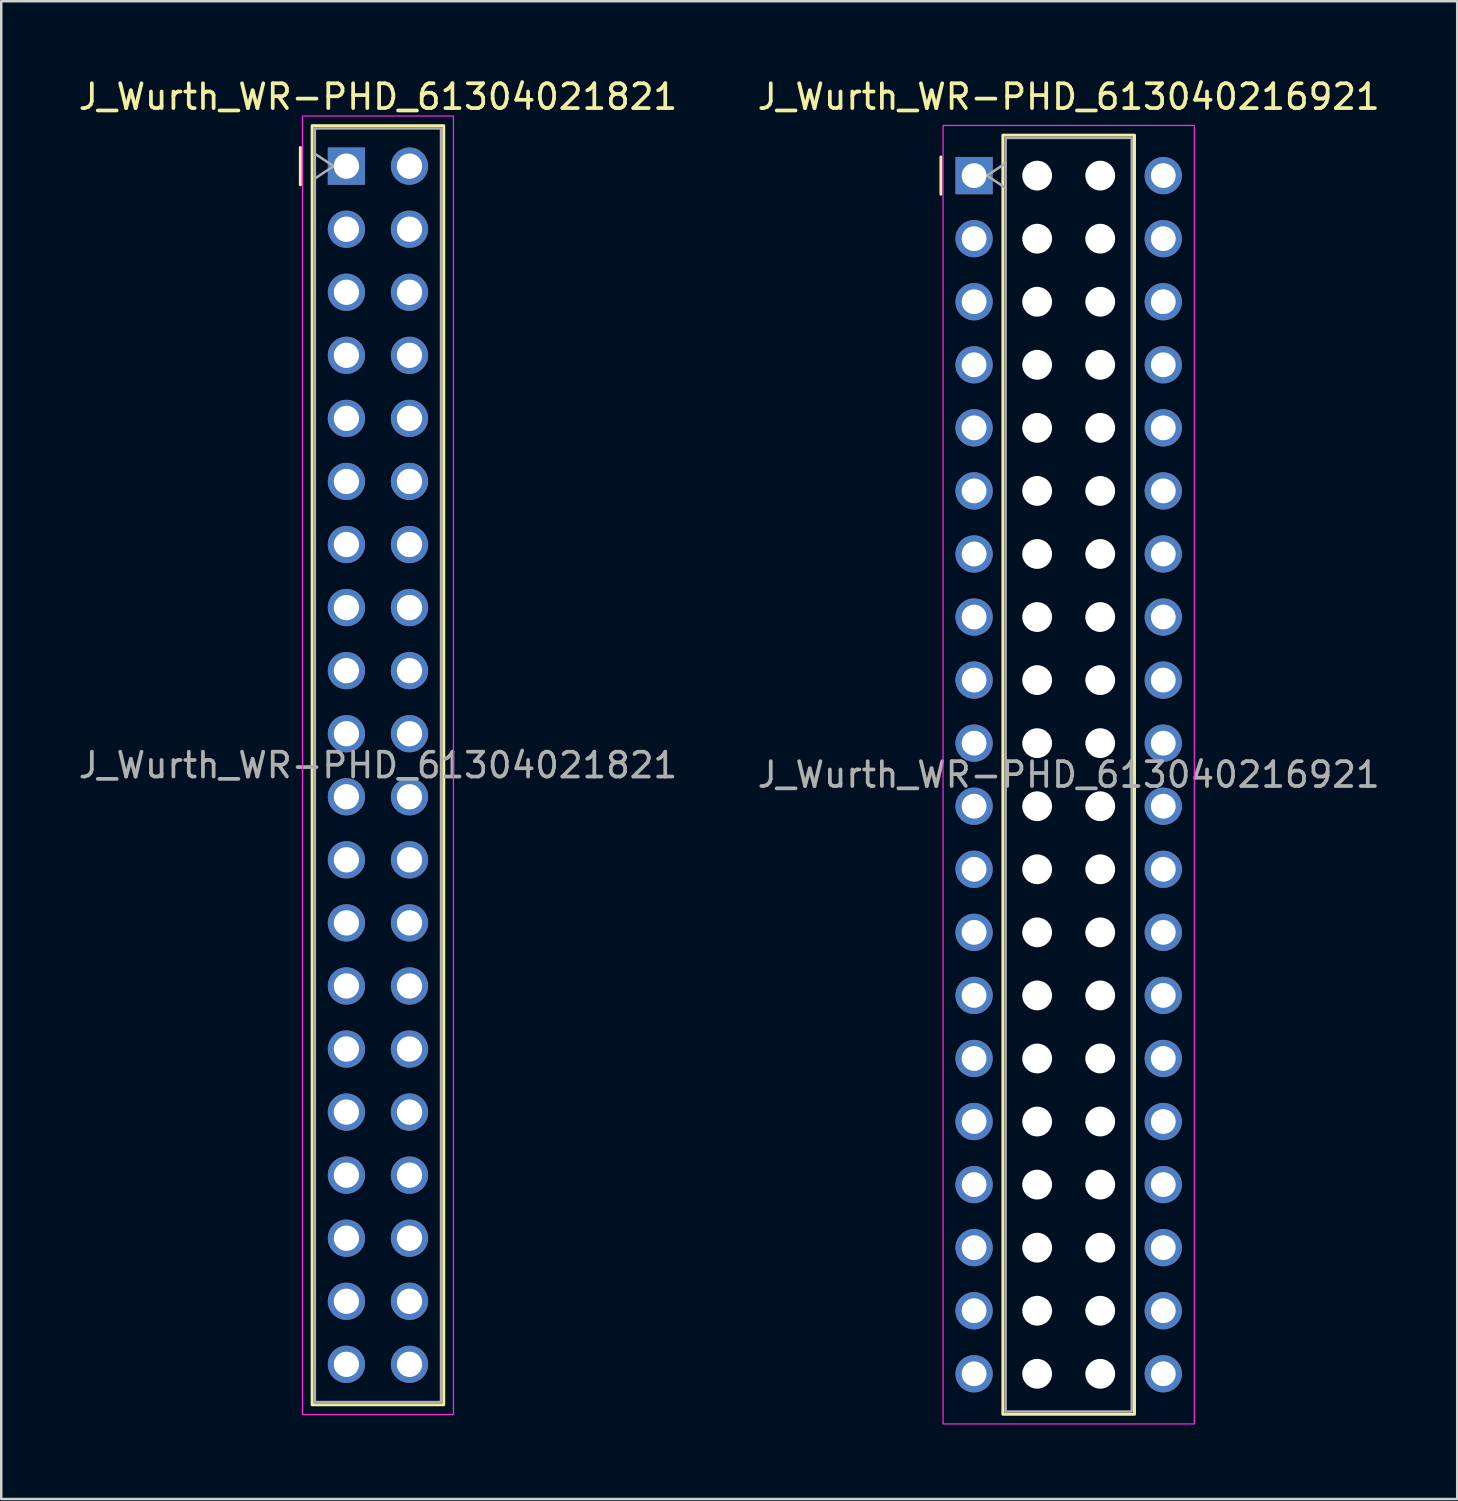
<source format=kicad_pcb>
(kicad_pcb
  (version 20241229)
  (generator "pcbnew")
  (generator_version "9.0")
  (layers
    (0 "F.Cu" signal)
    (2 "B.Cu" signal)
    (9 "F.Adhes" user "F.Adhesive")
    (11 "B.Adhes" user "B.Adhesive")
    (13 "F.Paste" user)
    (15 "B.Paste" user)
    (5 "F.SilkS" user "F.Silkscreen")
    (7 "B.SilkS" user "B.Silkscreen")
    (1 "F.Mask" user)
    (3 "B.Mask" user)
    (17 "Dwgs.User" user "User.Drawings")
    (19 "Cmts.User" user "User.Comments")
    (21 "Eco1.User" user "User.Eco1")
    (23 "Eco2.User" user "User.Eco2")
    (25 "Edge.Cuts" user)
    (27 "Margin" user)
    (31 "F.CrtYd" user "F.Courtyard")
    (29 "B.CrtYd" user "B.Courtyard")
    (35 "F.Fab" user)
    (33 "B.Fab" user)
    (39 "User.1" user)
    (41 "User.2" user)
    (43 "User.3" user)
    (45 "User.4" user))
  (footprint "J_Wurth_WR-PHD_613040216921"
    (layer "F.Cu")
    (at 36.184 4.023)
    (property "Reference" "J_Wurth_WR-PHD_613040216921" (at 3.81 -3.175 0) (unlocked yes) (layer "F.SilkS") (effects (font (size 1 1) (thickness 0.15))))
    (attr through_hole)
    (fp_line (start -1.335 -0.75) (end -1.335 0.75) (stroke (width 0.12) (type solid)) (layer "F.SilkS"))
    (fp_rect (start 1.16 -1.63) (end 6.46 49.89) (stroke (width 0.12) (type solid)) (fill no) (layer "F.SilkS"))
    (fp_rect (start -1.25 -2.02) (end 8.87 50.28) (stroke (width 0.05) (type solid)) (fill no) (layer "F.CrtYd"))
    (fp_line (start 0.52 0) (end 1.27 -0.5) (stroke (width 0.1) (type solid)) (layer "F.Fab"))
    (fp_line (start 0.52 0) (end 1.27 0.5) (stroke (width 0.1) (type solid)) (layer "F.Fab"))
    (fp_rect (start 1.27 -1.52) (end 6.35 49.78) (stroke (width 0.1) (type solid)) (fill no) (layer "F.Fab"))
    (fp_text user "${REFERENCE}" (at 3.81 24.13 0) (unlocked yes) (layer "F.Fab") (effects (font (size 1 1) (thickness 0.15))))
    (pad "" np_thru_hole circle (at 2.54 0 270) (size 1.2 1.2) (drill 1.2) (layers "*.Cu" "*.Mask"))
    (pad "" np_thru_hole circle (at 2.54 2.54 270) (size 1.2 1.2) (drill 1.2) (layers "*.Cu" "*.Mask"))
    (pad "" np_thru_hole circle (at 2.54 5.08 270) (size 1.2 1.2) (drill 1.2) (layers "*.Cu" "*.Mask"))
    (pad "" np_thru_hole circle (at 2.54 7.62 270) (size 1.2 1.2) (drill 1.2) (layers "*.Cu" "*.Mask"))
    (pad "" np_thru_hole circle (at 2.54 10.16 270) (size 1.2 1.2) (drill 1.2) (layers "*.Cu" "*.Mask"))
    (pad "" np_thru_hole circle (at 2.54 12.7 270) (size 1.2 1.2) (drill 1.2) (layers "*.Cu" "*.Mask"))
    (pad "" np_thru_hole circle (at 2.54 15.24 270) (size 1.2 1.2) (drill 1.2) (layers "*.Cu" "*.Mask"))
    (pad "" np_thru_hole circle (at 2.54 17.78 270) (size 1.2 1.2) (drill 1.2) (layers "*.Cu" "*.Mask"))
    (pad "" np_thru_hole circle (at 2.54 20.32 270) (size 1.2 1.2) (drill 1.2) (layers "*.Cu" "*.Mask"))
    (pad "" np_thru_hole circle (at 2.54 22.86 270) (size 1.2 1.2) (drill 1.2) (layers "*.Cu" "*.Mask"))
    (pad "" np_thru_hole circle (at 2.54 25.4 270) (size 1.2 1.2) (drill 1.2) (layers "*.Cu" "*.Mask"))
    (pad "" np_thru_hole circle (at 2.54 27.94 270) (size 1.2 1.2) (drill 1.2) (layers "*.Cu" "*.Mask"))
    (pad "" np_thru_hole circle (at 2.54 30.48 270) (size 1.2 1.2) (drill 1.2) (layers "*.Cu" "*.Mask"))
    (pad "" np_thru_hole circle (at 2.54 33.02 270) (size 1.2 1.2) (drill 1.2) (layers "*.Cu" "*.Mask"))
    (pad "" np_thru_hole circle (at 2.54 35.56 270) (size 1.2 1.2) (drill 1.2) (layers "*.Cu" "*.Mask"))
    (pad "" np_thru_hole circle (at 2.54 38.1 270) (size 1.2 1.2) (drill 1.2) (layers "*.Cu" "*.Mask"))
    (pad "" np_thru_hole circle (at 2.54 40.64 270) (size 1.2 1.2) (drill 1.2) (layers "*.Cu" "*.Mask"))
    (pad "" np_thru_hole circle (at 2.54 43.18 270) (size 1.2 1.2) (drill 1.2) (layers "*.Cu" "*.Mask"))
    (pad "" np_thru_hole circle (at 2.54 45.72 270) (size 1.2 1.2) (drill 1.2) (layers "*.Cu" "*.Mask"))
    (pad "" np_thru_hole circle (at 2.54 48.26 270) (size 1.2 1.2) (drill 1.2) (layers "*.Cu" "*.Mask"))
    (pad "" np_thru_hole circle (at 5.08 0 270) (size 1.2 1.2) (drill 1.2) (layers "*.Cu" "*.Mask"))
    (pad "" np_thru_hole circle (at 5.08 2.54 270) (size 1.2 1.2) (drill 1.2) (layers "*.Cu" "*.Mask"))
    (pad "" np_thru_hole circle (at 5.08 5.08 270) (size 1.2 1.2) (drill 1.2) (layers "*.Cu" "*.Mask"))
    (pad "" np_thru_hole circle (at 5.08 7.62 270) (size 1.2 1.2) (drill 1.2) (layers "*.Cu" "*.Mask"))
    (pad "" np_thru_hole circle (at 5.08 10.16 270) (size 1.2 1.2) (drill 1.2) (layers "*.Cu" "*.Mask"))
    (pad "" np_thru_hole circle (at 5.08 12.7 270) (size 1.2 1.2) (drill 1.2) (layers "*.Cu" "*.Mask"))
    (pad "" np_thru_hole circle (at 5.08 15.24 270) (size 1.2 1.2) (drill 1.2) (layers "*.Cu" "*.Mask"))
    (pad "" np_thru_hole circle (at 5.08 17.78 270) (size 1.2 1.2) (drill 1.2) (layers "*.Cu" "*.Mask"))
    (pad "" np_thru_hole circle (at 5.08 20.32 270) (size 1.2 1.2) (drill 1.2) (layers "*.Cu" "*.Mask"))
    (pad "" np_thru_hole circle (at 5.08 22.86 270) (size 1.2 1.2) (drill 1.2) (layers "*.Cu" "*.Mask"))
    (pad "" np_thru_hole circle (at 5.08 25.4 270) (size 1.2 1.2) (drill 1.2) (layers "*.Cu" "*.Mask"))
    (pad "" np_thru_hole circle (at 5.08 27.94 270) (size 1.2 1.2) (drill 1.2) (layers "*.Cu" "*.Mask"))
    (pad "" np_thru_hole circle (at 5.08 30.48 270) (size 1.2 1.2) (drill 1.2) (layers "*.Cu" "*.Mask"))
    (pad "" np_thru_hole circle (at 5.08 33.02 270) (size 1.2 1.2) (drill 1.2) (layers "*.Cu" "*.Mask"))
    (pad "" np_thru_hole circle (at 5.08 35.56 270) (size 1.2 1.2) (drill 1.2) (layers "*.Cu" "*.Mask"))
    (pad "" np_thru_hole circle (at 5.08 38.1 270) (size 1.2 1.2) (drill 1.2) (layers "*.Cu" "*.Mask"))
    (pad "" np_thru_hole circle (at 5.08 40.64 270) (size 1.2 1.2) (drill 1.2) (layers "*.Cu" "*.Mask"))
    (pad "" np_thru_hole circle (at 5.08 43.18 270) (size 1.2 1.2) (drill 1.2) (layers "*.Cu" "*.Mask"))
    (pad "" np_thru_hole circle (at 5.08 45.72 270) (size 1.2 1.2) (drill 1.2) (layers "*.Cu" "*.Mask"))
    (pad "" np_thru_hole circle (at 5.08 48.26 270) (size 1.2 1.2) (drill 1.2) (layers "*.Cu" "*.Mask"))
    (pad "1" thru_hole rect (at 0 0 270) (size 1.5 1.5) (drill 1) (layers "*.Cu" "*.Mask"))
    (pad "2" thru_hole circle (at 7.62 0 270) (size 1.5 1.5) (drill 1) (layers "*.Cu" "*.Mask"))
    (pad "3" thru_hole circle (at 0 2.54 270) (size 1.5 1.5) (drill 1) (layers "*.Cu" "*.Mask"))
    (pad "4" thru_hole circle (at 7.62 2.54 270) (size 1.5 1.5) (drill 1) (layers "*.Cu" "*.Mask"))
    (pad "5" thru_hole circle (at 0 5.08 270) (size 1.5 1.5) (drill 1) (layers "*.Cu" "*.Mask"))
    (pad "6" thru_hole circle (at 7.62 5.08 270) (size 1.5 1.5) (drill 1) (layers "*.Cu" "*.Mask"))
    (pad "7" thru_hole circle (at 0 7.62 270) (size 1.5 1.5) (drill 1) (layers "*.Cu" "*.Mask"))
    (pad "8" thru_hole circle (at 7.62 7.62 270) (size 1.5 1.5) (drill 1) (layers "*.Cu" "*.Mask"))
    (pad "9" thru_hole circle (at 0 10.16 270) (size 1.5 1.5) (drill 1) (layers "*.Cu" "*.Mask"))
    (pad "10" thru_hole circle (at 7.62 10.16 270) (size 1.5 1.5) (drill 1) (layers "*.Cu" "*.Mask"))
    (pad "11" thru_hole circle (at 0 12.7 270) (size 1.5 1.5) (drill 1) (layers "*.Cu" "*.Mask"))
    (pad "12" thru_hole circle (at 7.62 12.7 270) (size 1.5 1.5) (drill 1) (layers "*.Cu" "*.Mask"))
    (pad "13" thru_hole circle (at 0 15.24 270) (size 1.5 1.5) (drill 1) (layers "*.Cu" "*.Mask"))
    (pad "14" thru_hole circle (at 7.62 15.24 270) (size 1.5 1.5) (drill 1) (layers "*.Cu" "*.Mask"))
    (pad "15" thru_hole circle (at 0 17.78 270) (size 1.5 1.5) (drill 1) (layers "*.Cu" "*.Mask"))
    (pad "16" thru_hole circle (at 7.62 17.78 270) (size 1.5 1.5) (drill 1) (layers "*.Cu" "*.Mask"))
    (pad "17" thru_hole circle (at 0 20.32 270) (size 1.5 1.5) (drill 1) (layers "*.Cu" "*.Mask"))
    (pad "18" thru_hole circle (at 7.62 20.32 270) (size 1.5 1.5) (drill 1) (layers "*.Cu" "*.Mask"))
    (pad "19" thru_hole circle (at 0 22.86 270) (size 1.5 1.5) (drill 1) (layers "*.Cu" "*.Mask"))
    (pad "20" thru_hole circle (at 7.62 22.86 270) (size 1.5 1.5) (drill 1) (layers "*.Cu" "*.Mask"))
    (pad "21" thru_hole circle (at 0 25.4 270) (size 1.5 1.5) (drill 1) (layers "*.Cu" "*.Mask"))
    (pad "22" thru_hole circle (at 7.62 25.4 270) (size 1.5 1.5) (drill 1) (layers "*.Cu" "*.Mask"))
    (pad "23" thru_hole circle (at 0 27.94 270) (size 1.5 1.5) (drill 1) (layers "*.Cu" "*.Mask"))
    (pad "24" thru_hole circle (at 7.62 27.94 270) (size 1.5 1.5) (drill 1) (layers "*.Cu" "*.Mask"))
    (pad "25" thru_hole circle (at 0 30.48 270) (size 1.5 1.5) (drill 1) (layers "*.Cu" "*.Mask"))
    (pad "26" thru_hole circle (at 7.62 30.48 270) (size 1.5 1.5) (drill 1) (layers "*.Cu" "*.Mask"))
    (pad "27" thru_hole circle (at 0 33.02 270) (size 1.5 1.5) (drill 1) (layers "*.Cu" "*.Mask"))
    (pad "28" thru_hole circle (at 7.62 33.02 270) (size 1.5 1.5) (drill 1) (layers "*.Cu" "*.Mask"))
    (pad "29" thru_hole circle (at 0 35.56 270) (size 1.5 1.5) (drill 1) (layers "*.Cu" "*.Mask"))
    (pad "30" thru_hole circle (at 7.62 35.56 270) (size 1.5 1.5) (drill 1) (layers "*.Cu" "*.Mask"))
    (pad "31" thru_hole circle (at 0 38.1 270) (size 1.5 1.5) (drill 1) (layers "*.Cu" "*.Mask"))
    (pad "32" thru_hole circle (at 7.62 38.1 270) (size 1.5 1.5) (drill 1) (layers "*.Cu" "*.Mask"))
    (pad "33" thru_hole circle (at 0 40.64 270) (size 1.5 1.5) (drill 1) (layers "*.Cu" "*.Mask"))
    (pad "34" thru_hole circle (at 7.62 40.64 270) (size 1.5 1.5) (drill 1) (layers "*.Cu" "*.Mask"))
    (pad "35" thru_hole circle (at 0 43.18 270) (size 1.5 1.5) (drill 1) (layers "*.Cu" "*.Mask"))
    (pad "36" thru_hole circle (at 7.62 43.18 270) (size 1.5 1.5) (drill 1) (layers "*.Cu" "*.Mask"))
    (pad "37" thru_hole circle (at 0 45.72 270) (size 1.5 1.5) (drill 1) (layers "*.Cu" "*.Mask"))
    (pad "38" thru_hole circle (at 7.62 45.72 270) (size 1.5 1.5) (drill 1) (layers "*.Cu" "*.Mask"))
    (pad "39" thru_hole circle (at 0 48.26 270) (size 1.5 1.5) (drill 1) (layers "*.Cu" "*.Mask"))
    (pad "40" thru_hole circle (at 7.62 48.26 270) (size 1.5 1.5) (drill 1) (layers "*.Cu" "*.Mask")))
  (footprint "J_Wurth_WR-PHD_61304021821"
    (layer "F.Cu")
    (at 10.903 3.642)
    (property "Reference" "J_Wurth_WR-PHD_61304021821" (at 1.27 -2.794 0) (unlocked yes) (layer "F.SilkS") (effects (font (size 1 1) (thickness 0.15))))
    (attr through_hole)
    (fp_line (start -1.855 -0.75) (end -1.855 0.75) (stroke (width 0.12) (type solid)) (layer "F.SilkS"))
    (fp_rect (start -1.38 -1.63) (end 3.92 49.89) (stroke (width 0.12) (type solid)) (fill no) (layer "F.SilkS"))
    (fp_rect (start -1.77 -2.02) (end 4.31 50.28) (stroke (width 0.05) (type solid)) (fill no) (layer "F.CrtYd"))
    (fp_line (start -1.27 -0.5) (end -0.52 0) (stroke (width 0.1) (type solid)) (layer "F.Fab"))
    (fp_line (start -0.52 0) (end -1.27 0.5) (stroke (width 0.1) (type solid)) (layer "F.Fab"))
    (fp_rect (start -1.27 -1.52) (end 3.81 49.78) (stroke (width 0.1) (type solid)) (fill no) (layer "F.Fab"))
    (fp_text user "${REFERENCE}" (at 1.27 24.13 0) (unlocked yes) (layer "F.Fab") (effects (font (size 1 1) (thickness 0.15))))
    (pad "1" thru_hole rect (at 0 0) (size 1.5 1.5) (drill 1.02) (layers "*.Cu" "*.Mask"))
    (pad "2" thru_hole circle (at 2.54 0) (size 1.5 1.5) (drill 1.02) (layers "*.Cu" "*.Mask"))
    (pad "3" thru_hole circle (at 0 2.54) (size 1.5 1.5) (drill 1.02) (layers "*.Cu" "*.Mask"))
    (pad "4" thru_hole circle (at 2.54 2.54) (size 1.5 1.5) (drill 1.02) (layers "*.Cu" "*.Mask"))
    (pad "5" thru_hole circle (at 0 5.08) (size 1.5 1.5) (drill 1.02) (layers "*.Cu" "*.Mask"))
    (pad "6" thru_hole circle (at 2.54 5.08) (size 1.5 1.5) (drill 1.02) (layers "*.Cu" "*.Mask"))
    (pad "7" thru_hole circle (at 0 7.62) (size 1.5 1.5) (drill 1.02) (layers "*.Cu" "*.Mask"))
    (pad "8" thru_hole circle (at 2.54 7.62) (size 1.5 1.5) (drill 1.02) (layers "*.Cu" "*.Mask"))
    (pad "9" thru_hole circle (at 0 10.16) (size 1.5 1.5) (drill 1.02) (layers "*.Cu" "*.Mask"))
    (pad "10" thru_hole circle (at 2.54 10.16) (size 1.5 1.5) (drill 1.02) (layers "*.Cu" "*.Mask"))
    (pad "11" thru_hole circle (at 0 12.7) (size 1.5 1.5) (drill 1.02) (layers "*.Cu" "*.Mask"))
    (pad "12" thru_hole circle (at 2.54 12.7) (size 1.5 1.5) (drill 1.02) (layers "*.Cu" "*.Mask"))
    (pad "13" thru_hole circle (at 0 15.24) (size 1.5 1.5) (drill 1.02) (layers "*.Cu" "*.Mask"))
    (pad "14" thru_hole circle (at 2.54 15.24) (size 1.5 1.5) (drill 1.02) (layers "*.Cu" "*.Mask"))
    (pad "15" thru_hole circle (at 0 17.78) (size 1.5 1.5) (drill 1.02) (layers "*.Cu" "*.Mask"))
    (pad "16" thru_hole circle (at 2.54 17.78) (size 1.5 1.5) (drill 1.02) (layers "*.Cu" "*.Mask"))
    (pad "17" thru_hole circle (at 0 20.32) (size 1.5 1.5) (drill 1.02) (layers "*.Cu" "*.Mask"))
    (pad "18" thru_hole circle (at 2.54 20.32) (size 1.5 1.5) (drill 1.02) (layers "*.Cu" "*.Mask"))
    (pad "19" thru_hole circle (at 0 22.86) (size 1.5 1.5) (drill 1.02) (layers "*.Cu" "*.Mask"))
    (pad "20" thru_hole circle (at 2.54 22.86) (size 1.5 1.5) (drill 1.02) (layers "*.Cu" "*.Mask"))
    (pad "21" thru_hole circle (at 0 25.4) (size 1.5 1.5) (drill 1.02) (layers "*.Cu" "*.Mask"))
    (pad "22" thru_hole circle (at 2.54 25.4) (size 1.5 1.5) (drill 1.02) (layers "*.Cu" "*.Mask"))
    (pad "23" thru_hole circle (at 0 27.94) (size 1.5 1.5) (drill 1.02) (layers "*.Cu" "*.Mask"))
    (pad "24" thru_hole circle (at 2.54 27.94) (size 1.5 1.5) (drill 1.02) (layers "*.Cu" "*.Mask"))
    (pad "25" thru_hole circle (at 0 30.48) (size 1.5 1.5) (drill 1.02) (layers "*.Cu" "*.Mask"))
    (pad "26" thru_hole circle (at 2.54 30.48) (size 1.5 1.5) (drill 1.02) (layers "*.Cu" "*.Mask"))
    (pad "27" thru_hole circle (at 0 33.02) (size 1.5 1.5) (drill 1.02) (layers "*.Cu" "*.Mask"))
    (pad "28" thru_hole circle (at 2.54 33.02) (size 1.5 1.5) (drill 1.02) (layers "*.Cu" "*.Mask"))
    (pad "29" thru_hole circle (at 0 35.56) (size 1.5 1.5) (drill 1.02) (layers "*.Cu" "*.Mask"))
    (pad "30" thru_hole circle (at 2.54 35.56) (size 1.5 1.5) (drill 1.02) (layers "*.Cu" "*.Mask"))
    (pad "31" thru_hole circle (at 0 38.1) (size 1.5 1.5) (drill 1.02) (layers "*.Cu" "*.Mask"))
    (pad "32" thru_hole circle (at 2.54 38.1) (size 1.5 1.5) (drill 1.02) (layers "*.Cu" "*.Mask"))
    (pad "33" thru_hole circle (at 0 40.64) (size 1.5 1.5) (drill 1.02) (layers "*.Cu" "*.Mask"))
    (pad "34" thru_hole circle (at 2.54 40.64) (size 1.5 1.5) (drill 1.02) (layers "*.Cu" "*.Mask"))
    (pad "35" thru_hole circle (at 0 43.18) (size 1.5 1.5) (drill 1.02) (layers "*.Cu" "*.Mask"))
    (pad "36" thru_hole circle (at 2.54 43.18) (size 1.5 1.5) (drill 1.02) (layers "*.Cu" "*.Mask"))
    (pad "37" thru_hole circle (at 0 45.72) (size 1.5 1.5) (drill 1.02) (layers "*.Cu" "*.Mask"))
    (pad "38" thru_hole circle (at 2.54 45.72) (size 1.5 1.5) (drill 1.02) (layers "*.Cu" "*.Mask"))
    (pad "39" thru_hole circle (at 0 48.26) (size 1.5 1.5) (drill 1.02) (layers "*.Cu" "*.Mask"))
    (pad "40" thru_hole circle (at 2.54 48.26) (size 1.5 1.5) (drill 1.02) (layers "*.Cu" "*.Mask")))
  (gr_rect
    (start -3 -3)
    (end 55.643 57.328)
    (stroke (width 0.1) (type default))
    (fill no)
    (layer "Edge.Cuts")))
</source>
